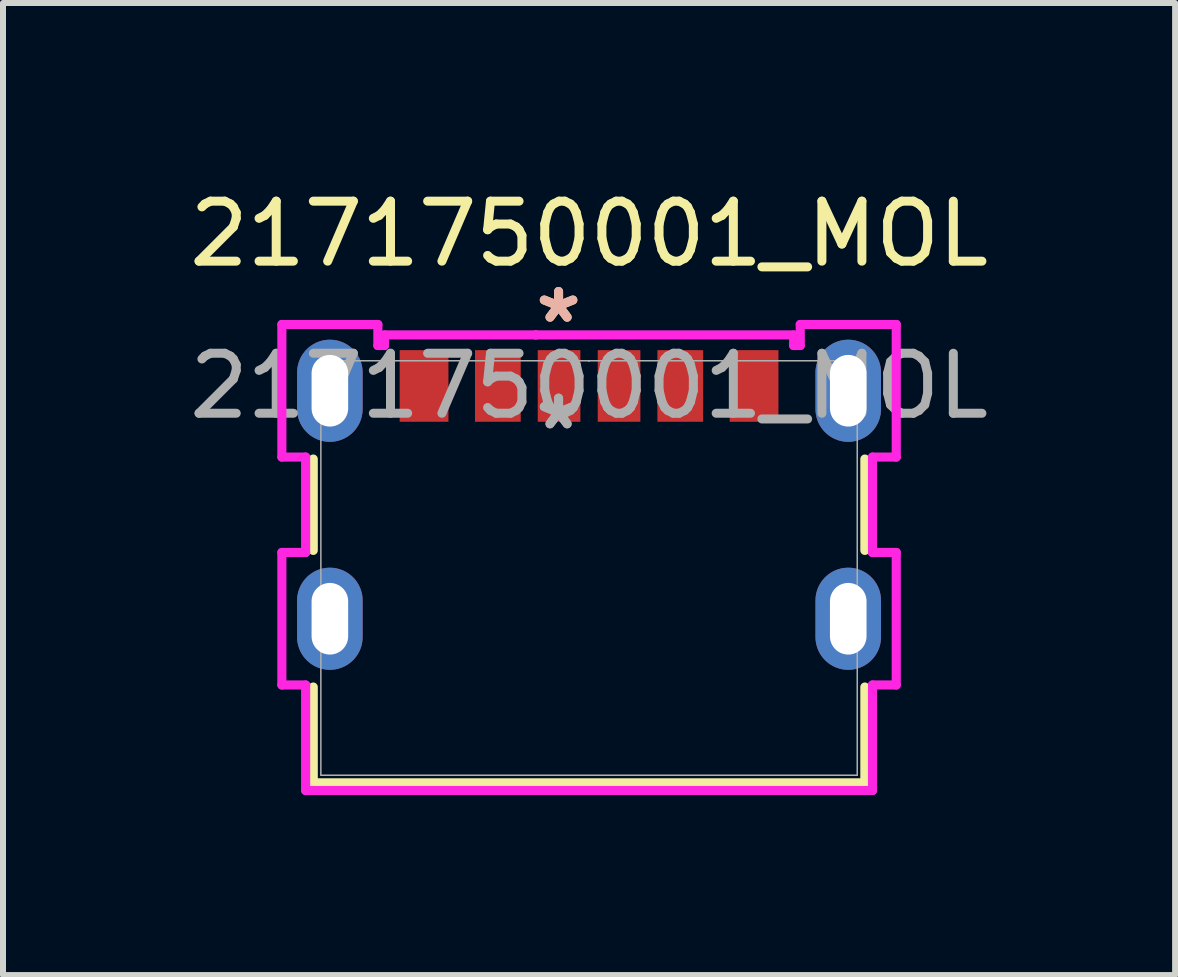
<source format=kicad_pcb>
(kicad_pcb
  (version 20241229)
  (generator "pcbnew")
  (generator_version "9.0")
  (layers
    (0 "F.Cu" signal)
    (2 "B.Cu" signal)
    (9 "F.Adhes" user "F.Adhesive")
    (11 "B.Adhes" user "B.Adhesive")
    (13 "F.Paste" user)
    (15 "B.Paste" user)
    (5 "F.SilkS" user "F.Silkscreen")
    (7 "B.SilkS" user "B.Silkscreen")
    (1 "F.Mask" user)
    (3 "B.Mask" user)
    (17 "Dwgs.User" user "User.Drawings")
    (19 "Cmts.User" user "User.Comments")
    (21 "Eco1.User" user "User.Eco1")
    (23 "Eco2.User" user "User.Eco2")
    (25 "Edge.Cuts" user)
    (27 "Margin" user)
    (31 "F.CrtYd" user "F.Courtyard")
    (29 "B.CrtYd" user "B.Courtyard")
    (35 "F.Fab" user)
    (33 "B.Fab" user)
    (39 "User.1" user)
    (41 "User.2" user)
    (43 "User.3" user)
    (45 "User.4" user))
  (footprint "2171750001_MOL"
    (layer "F.Cu")
    (at 6.768 6.417)
    (property "Reference" "2171750001_MOL" (at 0 -5.569 0) (unlocked yes) (layer "F.SilkS") (effects (font (size 1 1) (thickness 0.15))))
    (attr smd)
    (fp_line (start -4.597 -1.816) (end -4.597 -0.293) (stroke (width 0.152) (type solid)) (layer "F.SilkS"))
    (fp_line (start -4.597 1.984) (end -4.597 3.581) (stroke (width 0.152) (type solid)) (layer "F.SilkS"))
    (fp_line (start -4.597 3.581) (end 4.597 3.581) (stroke (width 0.152) (type solid)) (layer "F.SilkS"))
    (fp_line (start 4.597 -0.293) (end 4.597 -1.816) (stroke (width 0.152) (type solid)) (layer "F.SilkS"))
    (fp_line (start 4.597 3.581) (end 4.597 1.984) (stroke (width 0.152) (type solid)) (layer "F.SilkS"))
    (fp_line (start -5.12 -4.059) (end -5.12 -1.849) (stroke (width 0.152) (type solid)) (layer "F.CrtYd"))
    (fp_line (start -5.12 -1.849) (end -4.724 -1.849) (stroke (width 0.152) (type solid)) (layer "F.CrtYd"))
    (fp_line (start -5.12 -0.259) (end -5.12 1.95) (stroke (width 0.152) (type solid)) (layer "F.CrtYd"))
    (fp_line (start -5.12 1.95) (end -4.724 1.95) (stroke (width 0.152) (type solid)) (layer "F.CrtYd"))
    (fp_line (start -4.724 -1.849) (end -4.724 -0.259) (stroke (width 0.152) (type solid)) (layer "F.CrtYd"))
    (fp_line (start -4.724 -0.259) (end -5.12 -0.259) (stroke (width 0.152) (type solid)) (layer "F.CrtYd"))
    (fp_line (start -4.724 1.95) (end -4.724 3.708) (stroke (width 0.152) (type solid)) (layer "F.CrtYd"))
    (fp_line (start -4.724 3.708) (end 4.724 3.708) (stroke (width 0.152) (type solid)) (layer "F.CrtYd"))
    (fp_line (start -3.52 -4.059) (end -5.12 -4.059) (stroke (width 0.152) (type solid)) (layer "F.CrtYd"))
    (fp_line (start -3.52 -3.708) (end -3.52 -4.059) (stroke (width 0.152) (type solid)) (layer "F.CrtYd"))
    (fp_line (start -3.41 -3.885) (end -3.41 -3.708) (stroke (width 0.152) (type solid)) (layer "F.CrtYd"))
    (fp_line (start -3.41 -3.708) (end -3.52 -3.708) (stroke (width 0.152) (type solid)) (layer "F.CrtYd"))
    (fp_line (start -0.885 -3.885) (end -0.885 -3.885) (stroke (width 0.152) (type solid)) (layer "F.CrtYd"))
    (fp_line (start -0.885 -3.885) (end -3.41 -3.885) (stroke (width 0.152) (type solid)) (layer "F.CrtYd"))
    (fp_line (start 3.41 -3.885) (end -0.885 -3.885) (stroke (width 0.152) (type solid)) (layer "F.CrtYd"))
    (fp_line (start 3.41 -3.708) (end 3.41 -3.885) (stroke (width 0.152) (type solid)) (layer "F.CrtYd"))
    (fp_line (start 3.52 -4.059) (end 3.52 -3.708) (stroke (width 0.152) (type solid)) (layer "F.CrtYd"))
    (fp_line (start 3.52 -3.708) (end 3.41 -3.708) (stroke (width 0.152) (type solid)) (layer "F.CrtYd"))
    (fp_line (start 4.724 -1.849) (end 5.12 -1.849) (stroke (width 0.152) (type solid)) (layer "F.CrtYd"))
    (fp_line (start 4.724 -0.259) (end 4.724 -1.849) (stroke (width 0.152) (type solid)) (layer "F.CrtYd"))
    (fp_line (start 4.724 1.95) (end 5.12 1.95) (stroke (width 0.152) (type solid)) (layer "F.CrtYd"))
    (fp_line (start 4.724 3.708) (end 4.724 1.95) (stroke (width 0.152) (type solid)) (layer "F.CrtYd"))
    (fp_line (start 5.12 -4.059) (end 3.52 -4.059) (stroke (width 0.152) (type solid)) (layer "F.CrtYd"))
    (fp_line (start 5.12 -1.849) (end 5.12 -4.059) (stroke (width 0.152) (type solid)) (layer "F.CrtYd"))
    (fp_line (start 5.12 -0.259) (end 4.724 -0.259) (stroke (width 0.152) (type solid)) (layer "F.CrtYd"))
    (fp_line (start 5.12 1.95) (end 5.12 -0.259) (stroke (width 0.152) (type solid)) (layer "F.CrtYd"))
    (fp_line (start -4.47 -3.454) (end -4.47 3.454) (stroke (width 0.025) (type solid)) (layer "F.Fab"))
    (fp_line (start -4.47 3.454) (end 4.47 3.454) (stroke (width 0.025) (type solid)) (layer "F.Fab"))
    (fp_line (start 0 -3.454) (end 0 -3.454) (stroke (width 0.025) (type solid)) (layer "F.Fab"))
    (fp_line (start 0 -3.454) (end 0 -3.454) (stroke (width 0.025) (type solid)) (layer "F.Fab"))
    (fp_line (start 0 -3.454) (end 0 -3.454) (stroke (width 0.025) (type solid)) (layer "F.Fab"))
    (fp_line (start 0 -3.454) (end 0 -3.454) (stroke (width 0.025) (type solid)) (layer "F.Fab"))
    (fp_line (start 4.47 -3.454) (end -4.47 -3.454) (stroke (width 0.025) (type solid)) (layer "F.Fab"))
    (fp_line (start 4.47 3.454) (end 4.47 -3.454) (stroke (width 0.025) (type solid)) (layer "F.Fab"))
    (fp_text user "*" (at -0.508 -4.064 0) (layer "F.SilkS") (effects (font (size 1 1) (thickness 0.15))))
    (fp_text user "*" (at -0.508 -4.064 0) (unlocked yes) (layer "B.SilkS") (effects (font (size 1 1) (thickness 0.15)) (justify mirror)))
    (fp_text user "*" (at -0.508 -2.286 0) (unlocked yes) (layer "F.Fab") (effects (font (size 1 1) (thickness 0.15))))
    (fp_text user "${REFERENCE}" (at 0 -3.034 0) (unlocked yes) (layer "F.Fab") (effects (font (size 1 1) (thickness 0.15))))
    (fp_text user "*" (at -0.508 -2.286 0) (layer "F.Fab") (effects (font (size 1 1) (thickness 0.15))))
    (pad "" np_thru_hole oval (at -4.32 -2.954) (size 1.092 1.702) (drill oval 0.61 1.194) (layers "*.Cu" "*.Mask"))
    (pad "" np_thru_hole oval (at -4.32 0.846) (size 1.092 1.702) (drill oval 0.61 1.194) (layers "*.Cu" "*.Mask"))
    (pad "" np_thru_hole oval (at 4.32 -2.954) (size 1.092 1.702) (drill oval 0.61 1.194) (layers "*.Cu" "*.Mask"))
    (pad "" np_thru_hole oval (at 4.32 0.846) (size 1.092 1.702) (drill oval 0.61 1.194) (layers "*.Cu" "*.Mask"))
    (pad "A5" smd rect (at -0.5 -3.034) (size 0.711 1.194) (layers "F.Cu" "F.Mask" "F.Paste"))
    (pad "A9" smd rect (at 1.52 -3.034) (size 0.762 1.194) (layers "F.Cu" "F.Mask" "F.Paste"))
    (pad "A12" smd rect (at 2.75 -3.034) (size 0.813 1.194) (layers "F.Cu" "F.Mask" "F.Paste"))
    (pad "B5" smd rect (at 0.5 -3.034) (size 0.711 1.194) (layers "F.Cu" "F.Mask" "F.Paste"))
    (pad "B9" smd rect (at -1.52 -3.034) (size 0.762 1.194) (layers "F.Cu" "F.Mask" "F.Paste"))
    (pad "B12" smd rect (at -2.75 -3.034) (size 0.813 1.194) (layers "F.Cu" "F.Mask" "F.Paste")))
  (gr_rect
    (start -3 -3)
    (end 16.536 13.202)
    (stroke (width 0.1) (type default))
    (fill no)
    (layer "Edge.Cuts")))
</source>
